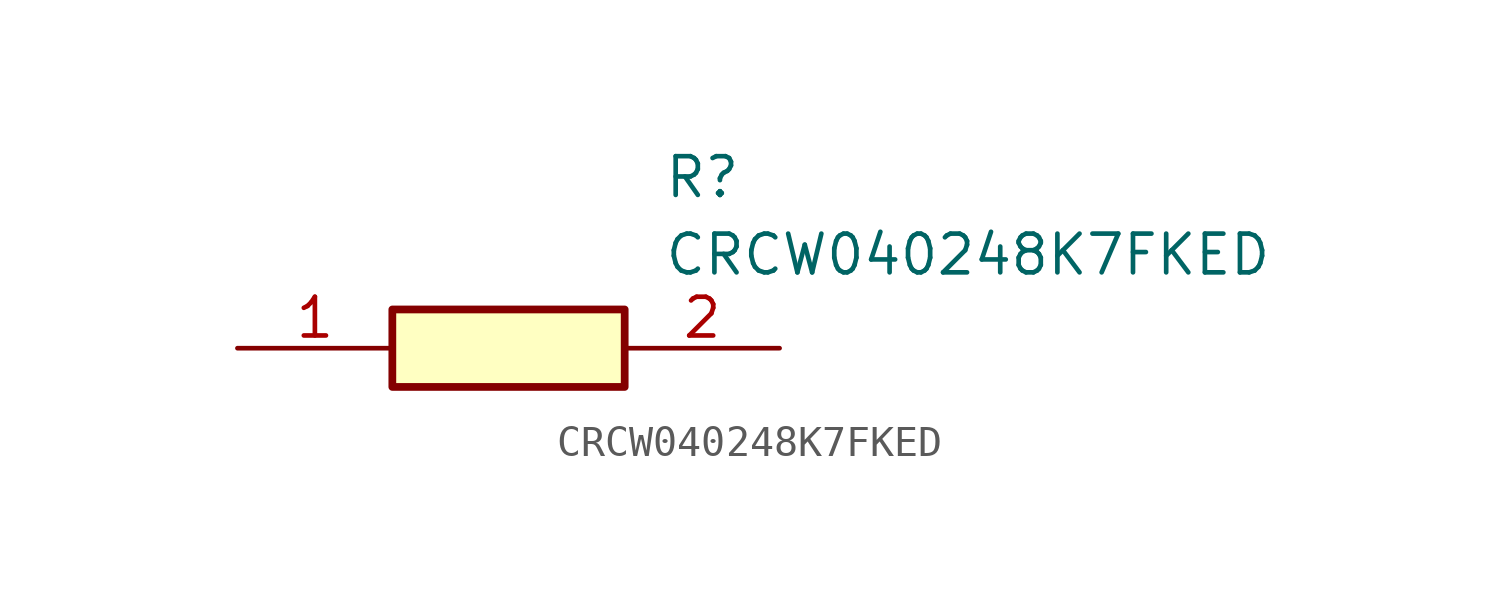
<source format=kicad_sym>
(kicad_symbol_lib
  (version 20211014)
  (generator SamacSys_ECAD_Model)
  (symbol "CRCW040248K7FKED"
    (pin_names hide)
    (property "Reference" "R"
      (at 13.97 6.35 0)
      (effects (font (size 1.27 1.27)) (justify left top)))
    (property "Value" "CRCW040248K7FKED"
      (at 13.97 3.81 0)
      (effects (font (size 1.27 1.27)) (justify left top)))
    (rectangle
      (start 5.08 1.27)
      (end 12.7 -1.27)
      (stroke (width 0.254) (type default))
      (fill (type background)))
    (pin passive line
      (at 0 0 0)
      (length 5.08)
      (name "1" (effects (font (size 1.27 1.27))))
      (number "1" (effects (font (size 1.27 1.27)))))
    (pin passive line
      (at 17.78 0 180)
      (length 5.08)
      (name "2" (effects (font (size 1.27 1.27))))
      (number "2" (effects (font (size 1.27 1.27)))))))
</source>
